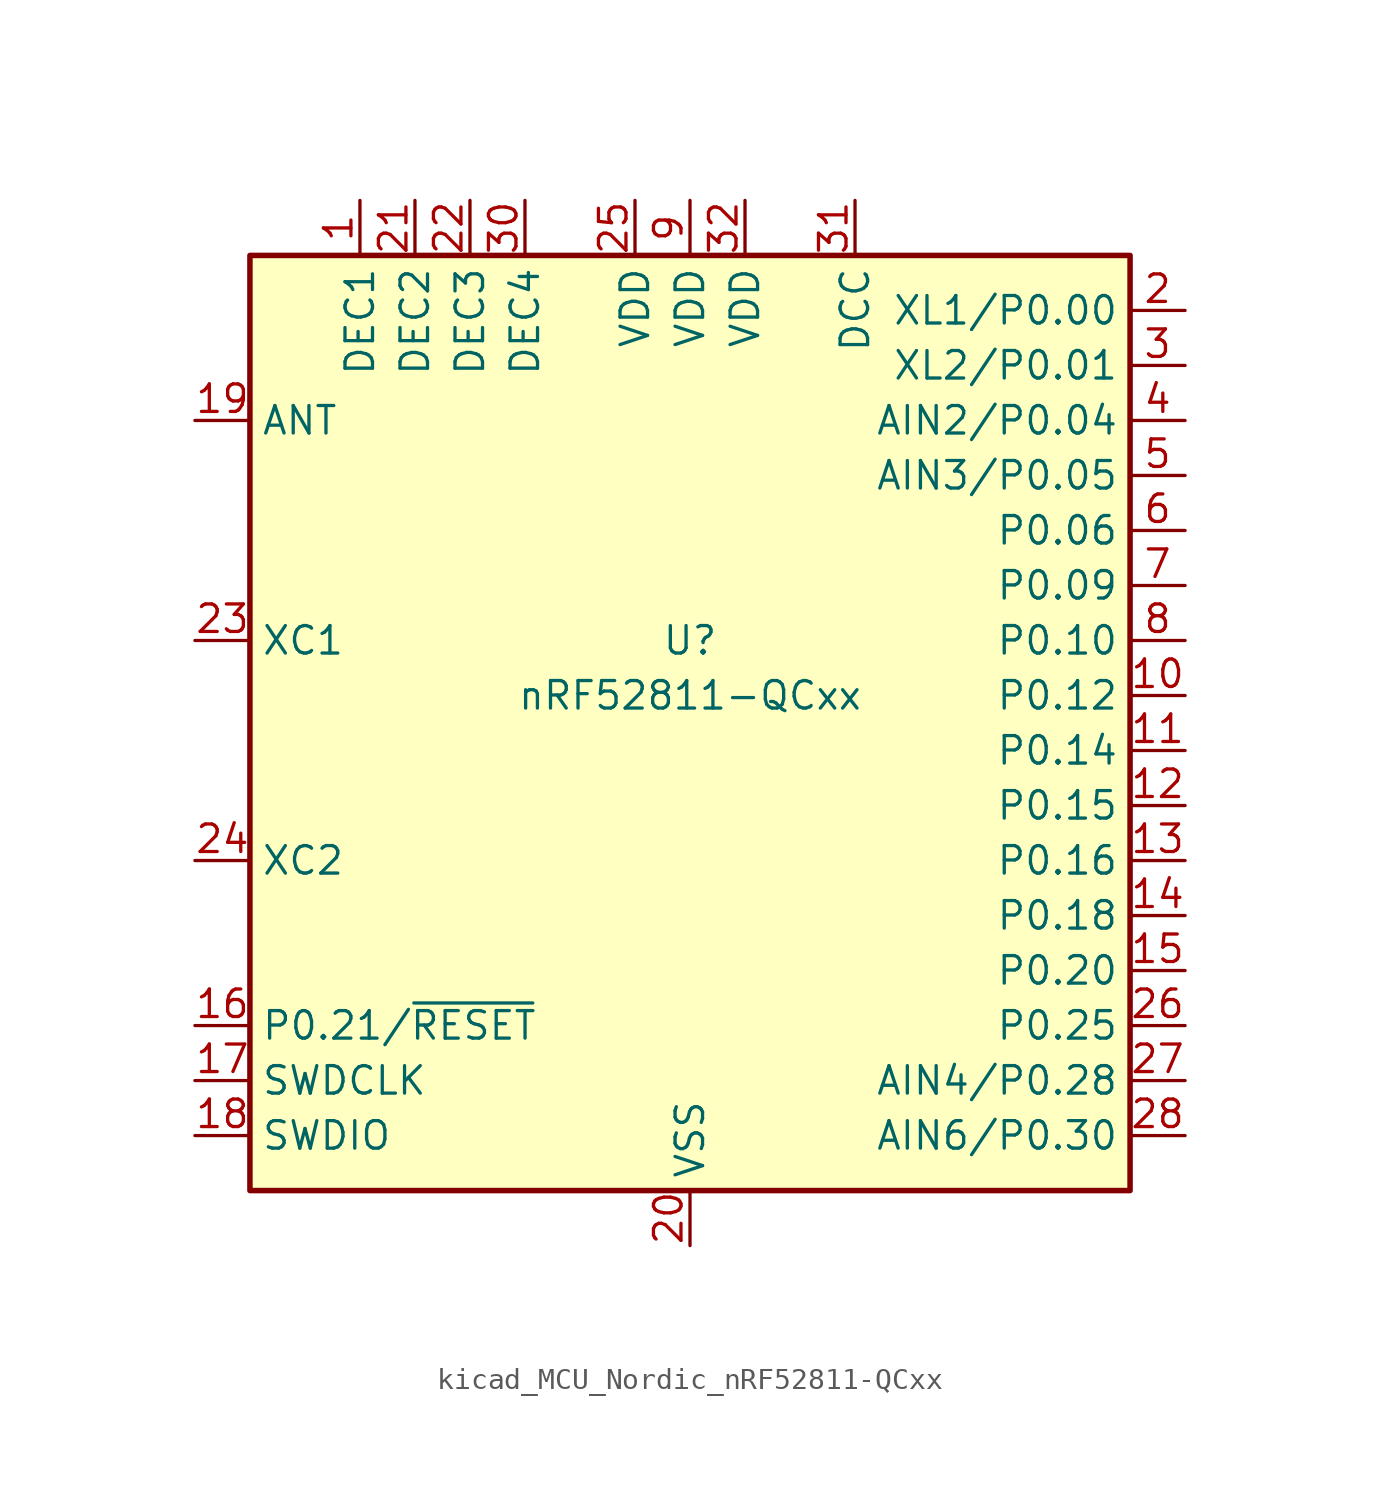
<source format=kicad_sym>
(kicad_symbol_lib
  (version 20220914)
  (generator kicad_symbol_editor)
  (symbol "kicad_MCU_Nordic_nRF52811-QCxx"
    (property "Reference" "U"
      (at 0 5.08 0)
      (effects (font (size 1.27 1.27))))
    (property "Value" "nRF52811-QCxx"
      (at 0 2.54 0)
      (effects (font (size 1.27 1.27))))
    (symbol "kicad_MCU_Nordic_nRF52811-QCxx_0_1"
      (rectangle (start -20.32 22.86) (end 20.32 -20.32) (stroke (width 0.254) (type default)) (fill (type background))))
    (symbol "kicad_MCU_Nordic_nRF52811-QCxx_1_1"
      (pin passive line (at -15.24 25.4 270) (length 2.54) (name "DEC1" (effects (font (size 1.27 1.27)))) (number "1" (effects (font (size 1.27 1.27)))))
      (pin bidirectional line (at 22.86 2.54 180) (length 2.54) (name "P0.12" (effects (font (size 1.27 1.27)))) (number "10" (effects (font (size 1.27 1.27)))))
      (pin bidirectional line (at 22.86 0 180) (length 2.54) (name "P0.14" (effects (font (size 1.27 1.27)))) (number "11" (effects (font (size 1.27 1.27)))))
      (pin bidirectional line (at 22.86 -2.54 180) (length 2.54) (name "P0.15" (effects (font (size 1.27 1.27)))) (number "12" (effects (font (size 1.27 1.27)))))
      (pin bidirectional line (at 22.86 -5.08 180) (length 2.54) (name "P0.16" (effects (font (size 1.27 1.27)))) (number "13" (effects (font (size 1.27 1.27)))))
      (pin bidirectional line (at 22.86 -7.62 180) (length 2.54) (name "P0.18" (effects (font (size 1.27 1.27)))) (number "14" (effects (font (size 1.27 1.27)))))
      (pin bidirectional line (at 22.86 -10.16 180) (length 2.54) (name "P0.20" (effects (font (size 1.27 1.27)))) (number "15" (effects (font (size 1.27 1.27)))))
      (pin bidirectional line (at -22.86 -12.7 0) (length 2.54) (name "P0.21/~{RESET}" (effects (font (size 1.27 1.27)))) (number "16" (effects (font (size 1.27 1.27)))))
      (pin input line (at -22.86 -15.24 0) (length 2.54) (name "SWDCLK" (effects (font (size 1.27 1.27)))) (number "17" (effects (font (size 1.27 1.27)))))
      (pin bidirectional line (at -22.86 -17.78 0) (length 2.54) (name "SWDIO" (effects (font (size 1.27 1.27)))) (number "18" (effects (font (size 1.27 1.27)))))
      (pin passive line (at -22.86 15.24 0) (length 2.54) (name "ANT" (effects (font (size 1.27 1.27)))) (number "19" (effects (font (size 1.27 1.27)))))
      (pin bidirectional line (at 22.86 20.32 180) (length 2.54) (name "XL1/P0.00" (effects (font (size 1.27 1.27)))) (number "2" (effects (font (size 1.27 1.27)))))
      (pin power_in line (at 0 -22.86 90) (length 2.54) (name "VSS" (effects (font (size 1.27 1.27)))) (number "20" (effects (font (size 1.27 1.27)))))
      (pin passive line (at -12.7 25.4 270) (length 2.54) (name "DEC2" (effects (font (size 1.27 1.27)))) (number "21" (effects (font (size 1.27 1.27)))))
      (pin passive line (at -10.16 25.4 270) (length 2.54) (name "DEC3" (effects (font (size 1.27 1.27)))) (number "22" (effects (font (size 1.27 1.27)))))
      (pin input line (at -22.86 5.08 0) (length 2.54) (name "XC1" (effects (font (size 1.27 1.27)))) (number "23" (effects (font (size 1.27 1.27)))))
      (pin input line (at -22.86 -5.08 0) (length 2.54) (name "XC2" (effects (font (size 1.27 1.27)))) (number "24" (effects (font (size 1.27 1.27)))))
      (pin power_in line (at -2.54 25.4 270) (length 2.54) (name "VDD" (effects (font (size 1.27 1.27)))) (number "25" (effects (font (size 1.27 1.27)))))
      (pin bidirectional line (at 22.86 -12.7 180) (length 2.54) (name "P0.25" (effects (font (size 1.27 1.27)))) (number "26" (effects (font (size 1.27 1.27)))))
      (pin bidirectional line (at 22.86 -15.24 180) (length 2.54) (name "AIN4/P0.28" (effects (font (size 1.27 1.27)))) (number "27" (effects (font (size 1.27 1.27)))))
      (pin bidirectional line (at 22.86 -17.78 180) (length 2.54) (name "AIN6/P0.30" (effects (font (size 1.27 1.27)))) (number "28" (effects (font (size 1.27 1.27)))))
      (pin passive line (at 0 -22.86 90) (length 2.54) hide (name "VSS" (effects (font (size 1.27 1.27)))) (number "29" (effects (font (size 1.27 1.27)))))
      (pin bidirectional line (at 22.86 17.78 180) (length 2.54) (name "XL2/P0.01" (effects (font (size 1.27 1.27)))) (number "3" (effects (font (size 1.27 1.27)))))
      (pin passive line (at -7.62 25.4 270) (length 2.54) (name "DEC4" (effects (font (size 1.27 1.27)))) (number "30" (effects (font (size 1.27 1.27)))))
      (pin power_out line (at 7.62 25.4 270) (length 2.54) (name "DCC" (effects (font (size 1.27 1.27)))) (number "31" (effects (font (size 1.27 1.27)))))
      (pin power_in line (at 2.54 25.4 270) (length 2.54) (name "VDD" (effects (font (size 1.27 1.27)))) (number "32" (effects (font (size 1.27 1.27)))))
      (pin passive line (at 0 -22.86 90) (length 2.54) hide (name "VSS" (effects (font (size 1.27 1.27)))) (number "33" (effects (font (size 1.27 1.27)))))
      (pin bidirectional line (at 22.86 15.24 180) (length 2.54) (name "AIN2/P0.04" (effects (font (size 1.27 1.27)))) (number "4" (effects (font (size 1.27 1.27)))))
      (pin bidirectional line (at 22.86 12.7 180) (length 2.54) (name "AIN3/P0.05" (effects (font (size 1.27 1.27)))) (number "5" (effects (font (size 1.27 1.27)))))
      (pin bidirectional line (at 22.86 10.16 180) (length 2.54) (name "P0.06" (effects (font (size 1.27 1.27)))) (number "6" (effects (font (size 1.27 1.27)))))
      (pin bidirectional line (at 22.86 7.62 180) (length 2.54) (name "P0.09" (effects (font (size 1.27 1.27)))) (number "7" (effects (font (size 1.27 1.27)))))
      (pin bidirectional line (at 22.86 5.08 180) (length 2.54) (name "P0.10" (effects (font (size 1.27 1.27)))) (number "8" (effects (font (size 1.27 1.27)))))
      (pin power_in line (at 0 25.4 270) (length 2.54) (name "VDD" (effects (font (size 1.27 1.27)))) (number "9" (effects (font (size 1.27 1.27))))))))
</source>
